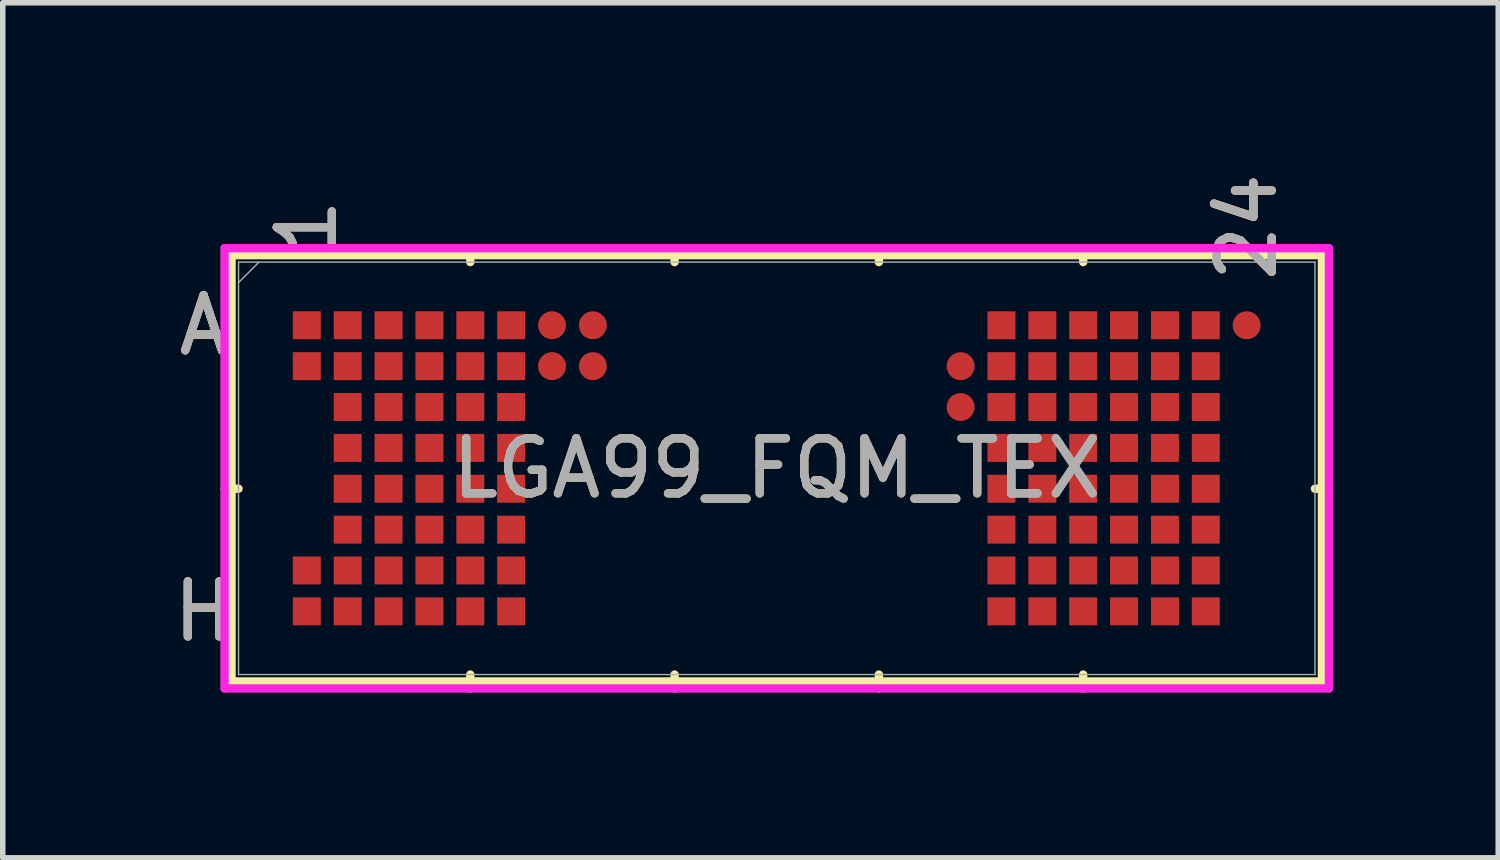
<source format=kicad_pcb>
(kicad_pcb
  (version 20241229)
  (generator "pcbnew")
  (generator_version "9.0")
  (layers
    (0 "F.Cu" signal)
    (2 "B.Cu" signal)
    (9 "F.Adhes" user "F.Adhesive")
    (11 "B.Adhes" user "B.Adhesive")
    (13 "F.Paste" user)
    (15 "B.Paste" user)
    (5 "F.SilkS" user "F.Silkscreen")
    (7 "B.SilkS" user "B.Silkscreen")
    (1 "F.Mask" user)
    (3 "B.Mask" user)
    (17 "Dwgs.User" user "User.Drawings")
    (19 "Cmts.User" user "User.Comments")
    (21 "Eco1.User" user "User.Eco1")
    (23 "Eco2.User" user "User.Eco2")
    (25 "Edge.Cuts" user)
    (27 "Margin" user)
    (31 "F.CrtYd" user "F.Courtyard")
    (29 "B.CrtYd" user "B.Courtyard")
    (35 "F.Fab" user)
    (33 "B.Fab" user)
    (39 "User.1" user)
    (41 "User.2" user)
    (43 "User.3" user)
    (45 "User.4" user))
  (footprint "LGA99_FQM_TEX"
    (layer "F.Cu")
    (at 11.063 5.459)
    (property "Reference" "LGA99_FQM_TEX" (at 0 0 0) (unlocked yes) (layer "F.SilkS") (effects (font (size 1 1) (thickness 0.15))))
    (attr smd)
    (fp_line (start -9.906 -3.873) (end -9.906 3.873) (stroke (width 0.152) (type solid)) (layer "F.SilkS"))
    (fp_line (start -9.906 3.873) (end 9.906 3.873) (stroke (width 0.152) (type solid)) (layer "F.SilkS"))
    (fp_line (start -9.779 0.371) (end -10.033 0.371) (stroke (width 0.152) (type solid)) (layer "F.SilkS"))
    (fp_line (start -5.568 -3.747) (end -5.568 -4) (stroke (width 0.152) (type solid)) (layer "F.SilkS"))
    (fp_line (start -5.568 3.747) (end -5.568 4) (stroke (width 0.152) (type solid)) (layer "F.SilkS"))
    (fp_line (start -1.856 -3.747) (end -1.856 -4) (stroke (width 0.152) (type solid)) (layer "F.SilkS"))
    (fp_line (start -1.856 3.747) (end -1.856 4) (stroke (width 0.152) (type solid)) (layer "F.SilkS"))
    (fp_line (start 1.856 -3.747) (end 1.856 -4) (stroke (width 0.152) (type solid)) (layer "F.SilkS"))
    (fp_line (start 1.856 3.747) (end 1.856 4) (stroke (width 0.152) (type solid)) (layer "F.SilkS"))
    (fp_line (start 5.568 -3.747) (end 5.568 -4) (stroke (width 0.152) (type solid)) (layer "F.SilkS"))
    (fp_line (start 5.568 3.747) (end 5.568 4) (stroke (width 0.152) (type solid)) (layer "F.SilkS"))
    (fp_line (start 9.779 0.371) (end 10.033 0.371) (stroke (width 0.152) (type solid)) (layer "F.SilkS"))
    (fp_line (start 9.906 -3.873) (end -9.906 -3.873) (stroke (width 0.152) (type solid)) (layer "F.SilkS"))
    (fp_line (start 9.906 3.873) (end 9.906 -3.873) (stroke (width 0.152) (type solid)) (layer "F.SilkS"))
    (fp_poly (pts (xy -9.353 -3.414) (xy 9.353 -3.414) (xy 9.353 3.414) (xy -9.353 3.414)) (stroke (width 0.1) (type solid)) (fill no) (layer "Eco2.User"))
    (fp_line (start -10.033 -4) (end 10.033 -4) (stroke (width 0.152) (type solid)) (layer "F.CrtYd"))
    (fp_line (start -10.033 4) (end -10.033 -4) (stroke (width 0.152) (type solid)) (layer "F.CrtYd"))
    (fp_line (start 10.033 -4) (end 10.033 4) (stroke (width 0.152) (type solid)) (layer "F.CrtYd"))
    (fp_line (start 10.033 4) (end -10.033 4) (stroke (width 0.152) (type solid)) (layer "F.CrtYd"))
    (fp_line (start -9.779 -3.747) (end -9.779 3.747) (stroke (width 0.025) (type solid)) (layer "F.Fab"))
    (fp_line (start -9.779 3.747) (end 9.779 3.747) (stroke (width 0.025) (type solid)) (layer "F.Fab"))
    (fp_line (start -9.408 -3.747) (end -9.779 -3.375) (stroke (width 0.025) (type solid)) (layer "F.Fab"))
    (fp_line (start 9.779 -3.747) (end -9.779 -3.747) (stroke (width 0.025) (type solid)) (layer "F.Fab"))
    (fp_line (start 9.779 3.747) (end 9.779 -3.747) (stroke (width 0.025) (type solid)) (layer "F.Fab"))
    (fp_text user "A" (at -10.414 -2.599 0) (unlocked yes) (layer "F.SilkS") (effects (font (size 1 1) (thickness 0.15))))
    (fp_text user "24" (at 8.538 -4.381 90) (unlocked yes) (layer "F.SilkS") (effects (font (size 1 1) (thickness 0.15))))
    (fp_text user "H" (at -10.414 2.599 0) (unlocked yes) (layer "F.SilkS") (effects (font (size 1 1) (thickness 0.15))))
    (fp_text user "1" (at -8.538 -4.381 90) (unlocked yes) (layer "F.SilkS") (effects (font (size 1 1) (thickness 0.15))))
    (fp_text user "H" (at -10.414 2.599 0) (unlocked yes) (layer "B.SilkS") (effects (font (size 1 1) (thickness 0.15))))
    (fp_text user "24" (at 8.538 -4.381 90) (unlocked yes) (layer "B.SilkS") (effects (font (size 1 1) (thickness 0.15))))
    (fp_text user "1" (at -8.538 -4.381 90) (unlocked yes) (layer "B.SilkS") (effects (font (size 1 1) (thickness 0.15))))
    (fp_text user "A" (at -10.414 -2.599 0) (unlocked yes) (layer "B.SilkS") (effects (font (size 1 1) (thickness 0.15))))
    (fp_text user "1" (at -8.538 -4.381 90) (unlocked yes) (layer "F.Fab") (effects (font (size 1 1) (thickness 0.15))))
    (fp_text user "H" (at -10.414 2.599 0) (unlocked yes) (layer "F.Fab") (effects (font (size 1 1) (thickness 0.15))))
    (fp_text user "${REFERENCE}" (at 0 0 0) (unlocked yes) (layer "F.Fab") (effects (font (size 1 1) (thickness 0.15))))
    (fp_text user "A" (at -10.414 -2.599 0) (unlocked yes) (layer "F.Fab") (effects (font (size 1 1) (thickness 0.15))))
    (fp_text user "24" (at 8.538 -4.381 90) (unlocked yes) (layer "F.Fab") (effects (font (size 1 1) (thickness 0.15))))
    (pad "A1" smd circle (at 8.538 -2.599) (size 0.508 0.508) (layers "F.Cu" "F.Mask" "F.Paste"))
    (pad "A2" smd rect (at 7.795 -2.599) (size 0.508 0.508) (layers "F.Cu" "F.Mask" "F.Paste"))
    (pad "A3" smd rect (at 7.053 -2.599) (size 0.508 0.508) (layers "F.Cu" "F.Mask" "F.Paste"))
    (pad "A4" smd rect (at 6.31 -2.599) (size 0.508 0.508) (layers "F.Cu" "F.Mask" "F.Paste"))
    (pad "A5" smd rect (at 5.568 -2.599) (size 0.508 0.508) (layers "F.Cu" "F.Mask" "F.Paste"))
    (pad "A6" smd rect (at 4.826 -2.599) (size 0.508 0.508) (layers "F.Cu" "F.Mask" "F.Paste"))
    (pad "A7" smd rect (at 4.083 -2.599) (size 0.508 0.508) (layers "F.Cu" "F.Mask" "F.Paste"))
    (pad "A17" smd circle (at -3.341 -2.599) (size 0.508 0.508) (layers "F.Cu" "F.Mask" "F.Paste"))
    (pad "A18" smd circle (at -4.083 -2.599) (size 0.508 0.508) (layers "F.Cu" "F.Mask" "F.Paste"))
    (pad "A19" smd rect (at -4.826 -2.599) (size 0.508 0.508) (layers "F.Cu" "F.Mask" "F.Paste"))
    (pad "A20" smd rect (at -5.568 -2.599) (size 0.508 0.508) (layers "F.Cu" "F.Mask" "F.Paste"))
    (pad "A21" smd rect (at -6.31 -2.599) (size 0.508 0.508) (layers "F.Cu" "F.Mask" "F.Paste"))
    (pad "A22" smd rect (at -7.053 -2.599) (size 0.508 0.508) (layers "F.Cu" "F.Mask" "F.Paste"))
    (pad "A23" smd rect (at -7.795 -2.599) (size 0.508 0.508) (layers "F.Cu" "F.Mask" "F.Paste"))
    (pad "A24" smd rect (at -8.538 -2.599) (size 0.508 0.508) (layers "F.Cu" "F.Mask" "F.Paste"))
    (pad "B2" smd rect (at 7.795 -1.856) (size 0.508 0.508) (layers "F.Cu" "F.Mask" "F.Paste"))
    (pad "B3" smd rect (at 7.053 -1.856) (size 0.508 0.508) (layers "F.Cu" "F.Mask" "F.Paste"))
    (pad "B4" smd rect (at 6.31 -1.856) (size 0.508 0.508) (layers "F.Cu" "F.Mask" "F.Paste"))
    (pad "B5" smd rect (at 5.568 -1.856) (size 0.508 0.508) (layers "F.Cu" "F.Mask" "F.Paste"))
    (pad "B6" smd rect (at 4.826 -1.856) (size 0.508 0.508) (layers "F.Cu" "F.Mask" "F.Paste"))
    (pad "B7" smd rect (at 4.083 -1.856) (size 0.508 0.508) (layers "F.Cu" "F.Mask" "F.Paste"))
    (pad "B8" smd circle (at 3.341 -1.856) (size 0.508 0.508) (layers "F.Cu" "F.Mask" "F.Paste"))
    (pad "B17" smd circle (at -3.341 -1.856) (size 0.508 0.508) (layers "F.Cu" "F.Mask" "F.Paste"))
    (pad "B18" smd circle (at -4.083 -1.856) (size 0.508 0.508) (layers "F.Cu" "F.Mask" "F.Paste"))
    (pad "B19" smd rect (at -4.826 -1.856) (size 0.508 0.508) (layers "F.Cu" "F.Mask" "F.Paste"))
    (pad "B20" smd rect (at -5.568 -1.856) (size 0.508 0.508) (layers "F.Cu" "F.Mask" "F.Paste"))
    (pad "B21" smd rect (at -6.31 -1.856) (size 0.508 0.508) (layers "F.Cu" "F.Mask" "F.Paste"))
    (pad "B22" smd rect (at -7.053 -1.856) (size 0.508 0.508) (layers "F.Cu" "F.Mask" "F.Paste"))
    (pad "B23" smd rect (at -7.795 -1.856) (size 0.508 0.508) (layers "F.Cu" "F.Mask" "F.Paste"))
    (pad "B24" smd rect (at -8.538 -1.856) (size 0.508 0.508) (layers "F.Cu" "F.Mask" "F.Paste"))
    (pad "C2" smd rect (at 7.795 -1.114) (size 0.508 0.508) (layers "F.Cu" "F.Mask" "F.Paste"))
    (pad "C3" smd rect (at 7.053 -1.114) (size 0.508 0.508) (layers "F.Cu" "F.Mask" "F.Paste"))
    (pad "C4" smd rect (at 6.31 -1.114) (size 0.508 0.508) (layers "F.Cu" "F.Mask" "F.Paste"))
    (pad "C5" smd rect (at 5.568 -1.114) (size 0.508 0.508) (layers "F.Cu" "F.Mask" "F.Paste"))
    (pad "C6" smd rect (at 4.826 -1.114) (size 0.508 0.508) (layers "F.Cu" "F.Mask" "F.Paste"))
    (pad "C7" smd rect (at 4.083 -1.114) (size 0.508 0.508) (layers "F.Cu" "F.Mask" "F.Paste"))
    (pad "C8" smd circle (at 3.341 -1.114) (size 0.508 0.508) (layers "F.Cu" "F.Mask" "F.Paste"))
    (pad "C19" smd rect (at -4.826 -1.114) (size 0.508 0.508) (layers "F.Cu" "F.Mask" "F.Paste"))
    (pad "C20" smd rect (at -5.568 -1.114) (size 0.508 0.508) (layers "F.Cu" "F.Mask" "F.Paste"))
    (pad "C21" smd rect (at -6.31 -1.114) (size 0.508 0.508) (layers "F.Cu" "F.Mask" "F.Paste"))
    (pad "C22" smd rect (at -7.053 -1.114) (size 0.508 0.508) (layers "F.Cu" "F.Mask" "F.Paste"))
    (pad "C23" smd rect (at -7.795 -1.114) (size 0.508 0.508) (layers "F.Cu" "F.Mask" "F.Paste"))
    (pad "D2" smd rect (at 7.795 -0.371) (size 0.508 0.508) (layers "F.Cu" "F.Mask" "F.Paste"))
    (pad "D3" smd rect (at 7.053 -0.371) (size 0.508 0.508) (layers "F.Cu" "F.Mask" "F.Paste"))
    (pad "D4" smd rect (at 6.31 -0.371) (size 0.508 0.508) (layers "F.Cu" "F.Mask" "F.Paste"))
    (pad "D5" smd rect (at 5.568 -0.371) (size 0.508 0.508) (layers "F.Cu" "F.Mask" "F.Paste"))
    (pad "D6" smd rect (at 4.826 -0.371) (size 0.508 0.508) (layers "F.Cu" "F.Mask" "F.Paste"))
    (pad "D7" smd rect (at 4.083 -0.371) (size 0.508 0.508) (layers "F.Cu" "F.Mask" "F.Paste"))
    (pad "D19" smd rect (at -4.826 -0.371) (size 0.508 0.508) (layers "F.Cu" "F.Mask" "F.Paste"))
    (pad "D20" smd rect (at -5.568 -0.371) (size 0.508 0.508) (layers "F.Cu" "F.Mask" "F.Paste"))
    (pad "D21" smd rect (at -6.31 -0.371) (size 0.508 0.508) (layers "F.Cu" "F.Mask" "F.Paste"))
    (pad "D22" smd rect (at -7.053 -0.371) (size 0.508 0.508) (layers "F.Cu" "F.Mask" "F.Paste"))
    (pad "D23" smd rect (at -7.795 -0.371) (size 0.508 0.508) (layers "F.Cu" "F.Mask" "F.Paste"))
    (pad "E2" smd rect (at 7.795 0.371) (size 0.508 0.508) (layers "F.Cu" "F.Mask" "F.Paste"))
    (pad "E3" smd rect (at 7.053 0.371) (size 0.508 0.508) (layers "F.Cu" "F.Mask" "F.Paste"))
    (pad "E4" smd rect (at 6.31 0.371) (size 0.508 0.508) (layers "F.Cu" "F.Mask" "F.Paste"))
    (pad "E5" smd rect (at 5.568 0.371) (size 0.508 0.508) (layers "F.Cu" "F.Mask" "F.Paste"))
    (pad "E6" smd rect (at 4.826 0.371) (size 0.508 0.508) (layers "F.Cu" "F.Mask" "F.Paste"))
    (pad "E7" smd rect (at 4.083 0.371) (size 0.508 0.508) (layers "F.Cu" "F.Mask" "F.Paste"))
    (pad "E19" smd rect (at -4.826 0.371) (size 0.508 0.508) (layers "F.Cu" "F.Mask" "F.Paste"))
    (pad "E20" smd rect (at -5.568 0.371) (size 0.508 0.508) (layers "F.Cu" "F.Mask" "F.Paste"))
    (pad "E21" smd rect (at -6.31 0.371) (size 0.508 0.508) (layers "F.Cu" "F.Mask" "F.Paste"))
    (pad "E22" smd rect (at -7.053 0.371) (size 0.508 0.508) (layers "F.Cu" "F.Mask" "F.Paste"))
    (pad "E23" smd rect (at -7.795 0.371) (size 0.508 0.508) (layers "F.Cu" "F.Mask" "F.Paste"))
    (pad "F2" smd rect (at 7.795 1.114) (size 0.508 0.508) (layers "F.Cu" "F.Mask" "F.Paste"))
    (pad "F3" smd rect (at 7.053 1.114) (size 0.508 0.508) (layers "F.Cu" "F.Mask" "F.Paste"))
    (pad "F4" smd rect (at 6.31 1.114) (size 0.508 0.508) (layers "F.Cu" "F.Mask" "F.Paste"))
    (pad "F5" smd rect (at 5.568 1.114) (size 0.508 0.508) (layers "F.Cu" "F.Mask" "F.Paste"))
    (pad "F6" smd rect (at 4.826 1.114) (size 0.508 0.508) (layers "F.Cu" "F.Mask" "F.Paste"))
    (pad "F7" smd rect (at 4.083 1.114) (size 0.508 0.508) (layers "F.Cu" "F.Mask" "F.Paste"))
    (pad "F19" smd rect (at -4.826 1.114) (size 0.508 0.508) (layers "F.Cu" "F.Mask" "F.Paste"))
    (pad "F20" smd rect (at -5.568 1.114) (size 0.508 0.508) (layers "F.Cu" "F.Mask" "F.Paste"))
    (pad "F21" smd rect (at -6.31 1.114) (size 0.508 0.508) (layers "F.Cu" "F.Mask" "F.Paste"))
    (pad "F22" smd rect (at -7.053 1.114) (size 0.508 0.508) (layers "F.Cu" "F.Mask" "F.Paste"))
    (pad "F23" smd rect (at -7.795 1.114) (size 0.508 0.508) (layers "F.Cu" "F.Mask" "F.Paste"))
    (pad "G2" smd rect (at 7.795 1.856) (size 0.508 0.508) (layers "F.Cu" "F.Mask" "F.Paste"))
    (pad "G3" smd rect (at 7.053 1.856) (size 0.508 0.508) (layers "F.Cu" "F.Mask" "F.Paste"))
    (pad "G4" smd rect (at 6.31 1.856) (size 0.508 0.508) (layers "F.Cu" "F.Mask" "F.Paste"))
    (pad "G5" smd rect (at 5.568 1.856) (size 0.508 0.508) (layers "F.Cu" "F.Mask" "F.Paste"))
    (pad "G6" smd rect (at 4.826 1.856) (size 0.508 0.508) (layers "F.Cu" "F.Mask" "F.Paste"))
    (pad "G7" smd rect (at 4.083 1.856) (size 0.508 0.508) (layers "F.Cu" "F.Mask" "F.Paste"))
    (pad "G19" smd rect (at -4.826 1.856) (size 0.508 0.508) (layers "F.Cu" "F.Mask" "F.Paste"))
    (pad "G20" smd rect (at -5.568 1.856) (size 0.508 0.508) (layers "F.Cu" "F.Mask" "F.Paste"))
    (pad "G21" smd rect (at -6.31 1.856) (size 0.508 0.508) (layers "F.Cu" "F.Mask" "F.Paste"))
    (pad "G22" smd rect (at -7.053 1.856) (size 0.508 0.508) (layers "F.Cu" "F.Mask" "F.Paste"))
    (pad "G23" smd rect (at -7.795 1.856) (size 0.508 0.508) (layers "F.Cu" "F.Mask" "F.Paste"))
    (pad "G24" smd rect (at -8.538 1.856) (size 0.508 0.508) (layers "F.Cu" "F.Mask" "F.Paste"))
    (pad "H2" smd rect (at 7.795 2.599) (size 0.508 0.508) (layers "F.Cu" "F.Mask" "F.Paste"))
    (pad "H3" smd rect (at 7.053 2.599) (size 0.508 0.508) (layers "F.Cu" "F.Mask" "F.Paste"))
    (pad "H4" smd rect (at 6.31 2.599) (size 0.508 0.508) (layers "F.Cu" "F.Mask" "F.Paste"))
    (pad "H5" smd rect (at 5.568 2.599) (size 0.508 0.508) (layers "F.Cu" "F.Mask" "F.Paste"))
    (pad "H6" smd rect (at 4.826 2.599) (size 0.508 0.508) (layers "F.Cu" "F.Mask" "F.Paste"))
    (pad "H7" smd rect (at 4.083 2.599) (size 0.508 0.508) (layers "F.Cu" "F.Mask" "F.Paste"))
    (pad "H19" smd rect (at -4.826 2.599) (size 0.508 0.508) (layers "F.Cu" "F.Mask" "F.Paste"))
    (pad "H20" smd rect (at -5.568 2.599) (size 0.508 0.508) (layers "F.Cu" "F.Mask" "F.Paste"))
    (pad "H21" smd rect (at -6.31 2.599) (size 0.508 0.508) (layers "F.Cu" "F.Mask" "F.Paste"))
    (pad "H22" smd rect (at -7.053 2.599) (size 0.508 0.508) (layers "F.Cu" "F.Mask" "F.Paste"))
    (pad "H23" smd rect (at -7.795 2.599) (size 0.508 0.508) (layers "F.Cu" "F.Mask" "F.Paste"))
    (pad "H24" smd rect (at -8.538 2.599) (size 0.508 0.508) (layers "F.Cu" "F.Mask" "F.Paste")))
  (gr_rect
    (start -3 -3)
    (end 24.172 12.536)
    (stroke (width 0.1) (type default))
    (fill no)
    (layer "Edge.Cuts")))
</source>
